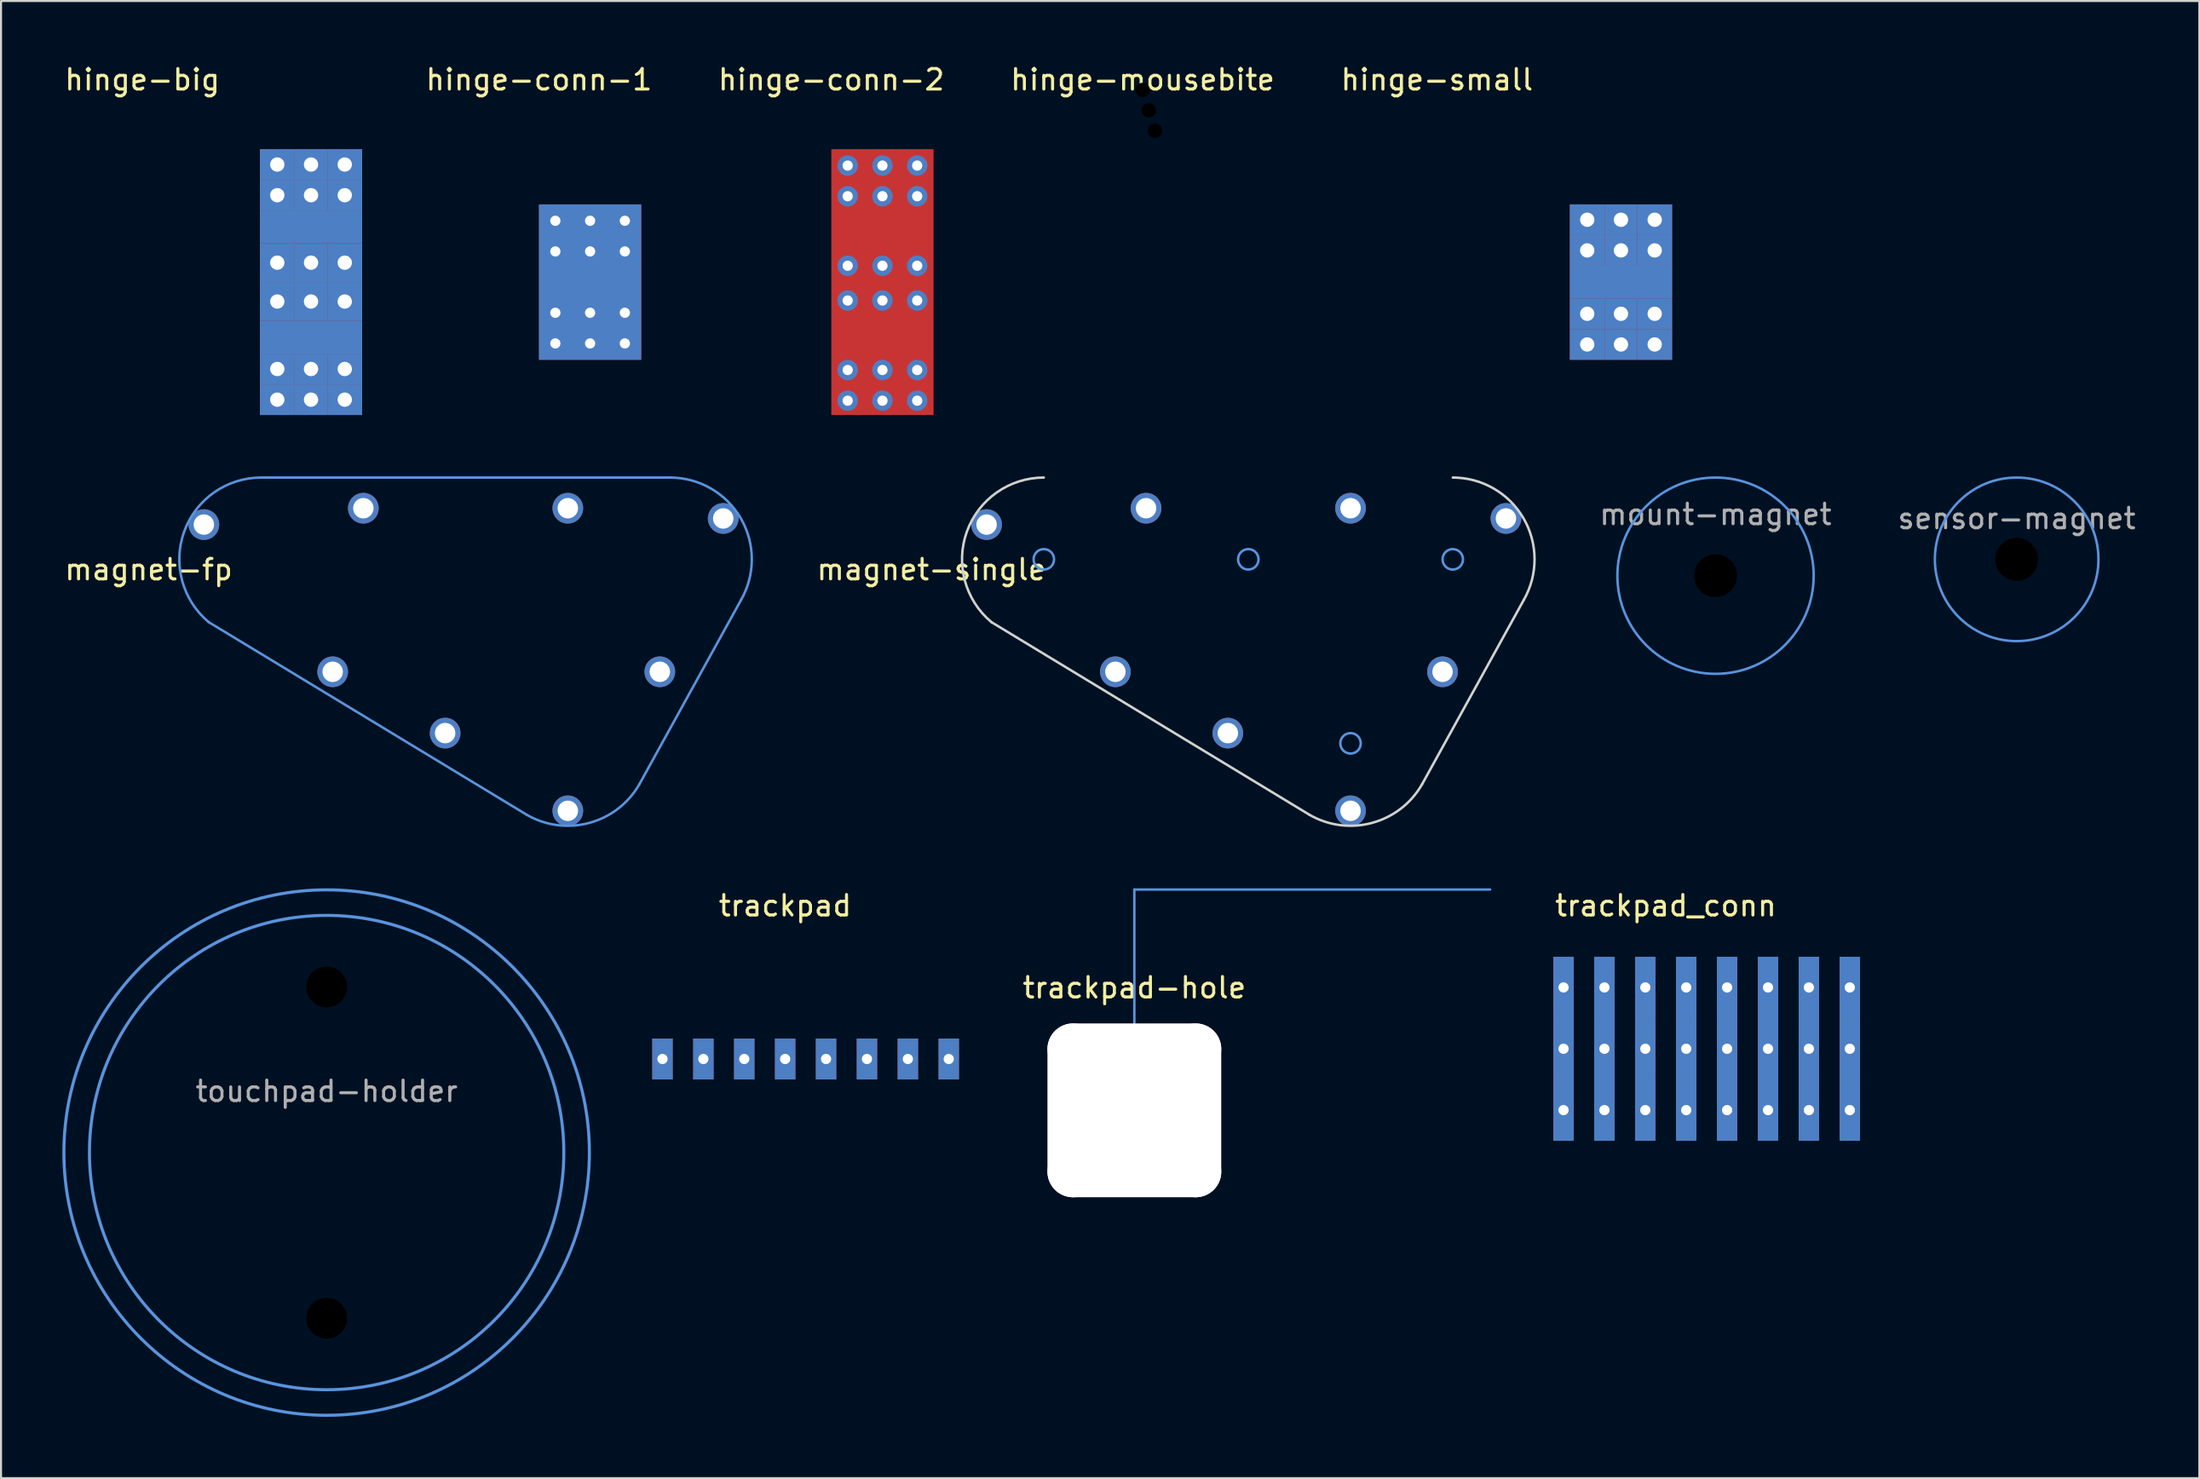
<source format=kicad_pcb>
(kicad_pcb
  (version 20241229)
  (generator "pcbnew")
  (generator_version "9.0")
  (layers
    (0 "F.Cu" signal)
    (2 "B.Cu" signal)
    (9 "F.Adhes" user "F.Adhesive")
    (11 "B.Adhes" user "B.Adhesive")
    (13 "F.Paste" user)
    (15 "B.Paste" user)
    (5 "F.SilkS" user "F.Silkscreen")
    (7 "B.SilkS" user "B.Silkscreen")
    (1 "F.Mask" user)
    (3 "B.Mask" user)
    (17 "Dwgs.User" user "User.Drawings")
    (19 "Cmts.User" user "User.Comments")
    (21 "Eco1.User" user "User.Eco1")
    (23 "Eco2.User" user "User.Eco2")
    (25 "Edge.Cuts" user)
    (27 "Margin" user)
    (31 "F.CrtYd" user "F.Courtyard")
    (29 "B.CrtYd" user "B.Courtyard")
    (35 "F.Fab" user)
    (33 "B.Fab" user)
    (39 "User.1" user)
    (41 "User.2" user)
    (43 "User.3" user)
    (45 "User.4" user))
  (footprint "hinge-conn-2"
    (layer "F.Cu")
    (at 37.607 10.748)
    (property "Reference" "hinge-conn-2" (at 0 -9.9 0) (unlocked yes) (layer "F.SilkS") (effects (font (size 1 1) (thickness 0.15))))
    (pad "" thru_hole circle (at 0.8 -4.2) (size 1 1) (drill 0.5) (layers "*.Cu" "*.Mask"))
    (pad "" thru_hole circle (at 0.8 0.9) (size 1 1) (drill 0.5) (layers "*.Cu" "*.Mask"))
    (pad "" thru_hole circle (at 0.8 5.8) (size 1 1) (drill 0.5) (layers "*.Cu" "*.Mask"))
    (pad "" smd rect (at 2.5 -5) (size 5 3) (layers "F.Mask"))
    (pad "" smd rect (at 2.5 0) (size 5 3.8) (layers "F.Mask"))
    (pad "" smd rect (at 2.5 5) (size 5 3) (layers "F.Mask"))
    (pad "0" thru_hole circle (at 2.5 -4.2) (size 1 1) (drill 0.5) (layers "*.Cu" "*.Mask"))
    (pad "0" thru_hole circle (at 2.5 0.9) (size 1 1) (drill 0.5) (layers "*.Cu" "*.Mask"))
    (pad "0" thru_hole circle (at 2.5 5.8) (size 1 1) (drill 0.5) (layers "*.Cu" "*.Mask"))
    (pad "1" smd rect (at 2.5 0) (size 5 13) (layers "F.Cu"))
    (pad "2" thru_hole circle (at 4.2 -4.2) (size 1 1) (drill 0.5) (layers "*.Cu" "*.Mask"))
    (pad "2" thru_hole circle (at 4.2 0.9) (size 1 1) (drill 0.5) (layers "*.Cu" "*.Mask"))
    (pad "2" thru_hole circle (at 4.2 5.8) (size 1 1) (drill 0.5) (layers "*.Cu" "*.Mask"))
    (pad "3" thru_hole circle (at 0.8 -5.7) (size 1 1) (drill 0.5) (layers "*.Cu" "*.Mask"))
    (pad "3" thru_hole circle (at 0.8 -0.8) (size 1 1) (drill 0.5) (layers "*.Cu" "*.Mask"))
    (pad "3" thru_hole circle (at 0.8 4.3) (size 1 1) (drill 0.5) (layers "*.Cu" "*.Mask"))
    (pad "4" thru_hole circle (at 2.5 -5.7) (size 1 1) (drill 0.5) (layers "*.Cu" "*.Mask"))
    (pad "4" thru_hole circle (at 2.5 -0.8) (size 1 1) (drill 0.5) (layers "*.Cu" "*.Mask"))
    (pad "4" thru_hole circle (at 2.5 4.3) (size 1 1) (drill 0.5) (layers "*.Cu" "*.Mask"))
    (pad "5" thru_hole circle (at 4.2 -5.7) (size 1 1) (drill 0.5) (layers "*.Cu" "*.Mask"))
    (pad "5" thru_hole circle (at 4.2 -0.8) (size 1 1) (drill 0.5) (layers "*.Cu" "*.Mask"))
    (pad "5" thru_hole circle (at 4.2 4.3) (size 1 1) (drill 0.5) (layers "*.Cu" "*.Mask")))
  (footprint "hinge-mousebite"
    (layer "F.Cu")
    (at 52.833 1.348)
    (property "Reference" "hinge-mousebite" (at 0 -0.5 0) (unlocked yes) (layer "F.SilkS") (effects (font (size 1 1) (thickness 0.15))))
    (pad "" np_thru_hole circle (at 0 0) (size 0.7 0.7) (drill 0.7) (layers "*.Mask"))
    (pad "" np_thru_hole circle (at 0.3 1) (size 0.7 0.7) (drill 0.7) (layers "*.Mask"))
    (pad "" np_thru_hole circle (at 0.6 2) (size 0.7 0.7) (drill 0.7) (layers "*.Mask")))
  (footprint "hinge-conn-1"
    (layer "F.Cu")
    (at 23.31 10.748)
    (property "Reference" "hinge-conn-1" (at 0 -9.9 0) (unlocked yes) (layer "F.SilkS") (effects (font (size 1 1) (thickness 0.15))))
    (pad "" thru_hole circle (at 0.8 -3) (size 1 1) (drill 0.5) (layers "*.Cu" "F.Mask"))
    (pad "" thru_hole circle (at 0.8 -1.5) (size 1 1) (drill 0.5) (layers "*.Cu" "F.Mask"))
    (pad "" thru_hole circle (at 0.8 1.5) (size 1 1) (drill 0.5) (layers "*.Cu" "F.Mask"))
    (pad "" thru_hole circle (at 0.8 3) (size 1 1) (drill 0.5) (layers "*.Cu" "F.Mask"))
    (pad "" thru_hole circle (at 2.5 -3) (size 1 1) (drill 0.5) (layers "*.Cu" "F.Mask"))
    (pad "" smd rect (at 2.5 -2.3) (size 5 3) (layers "F.Mask"))
    (pad "" thru_hole circle (at 2.5 -1.5) (size 1 1) (drill 0.5) (layers "*.Cu" "F.Mask"))
    (pad "" thru_hole circle (at 2.5 1.5) (size 1 1) (drill 0.5) (layers "*.Cu" "F.Mask"))
    (pad "" smd rect (at 2.5 2.3) (size 5 3) (layers "F.Mask"))
    (pad "" thru_hole circle (at 2.5 3) (size 1 1) (drill 0.5) (layers "*.Cu" "F.Mask"))
    (pad "" thru_hole circle (at 4.2 -3) (size 1 1) (drill 0.5) (layers "*.Cu" "F.Mask"))
    (pad "" thru_hole circle (at 4.2 -1.5) (size 1 1) (drill 0.5) (layers "*.Cu" "F.Mask"))
    (pad "" thru_hole circle (at 4.2 1.5) (size 1 1) (drill 0.5) (layers "*.Cu" "F.Mask"))
    (pad "" thru_hole circle (at 4.2 3) (size 1 1) (drill 0.5) (layers "*.Cu" "F.Mask"))
    (pad "1" smd rect (at 2.5 0) (size 5 7.6) (layers "F.Cu"))
    (pad "1" smd rect (at 2.5 0) (size 5 7.6) (layers "B.Cu")))
  (footprint "trackpad"
    (layer "F.Cu")
    (at 36.35 49.748)
    (property "Reference" "trackpad" (at -1 -8.5 0) (unlocked yes) (layer "F.SilkS") (effects (font (size 1 1) (thickness 0.15))))
    (pad "1" thru_hole rect (at -7 -1) (size 1 2) (drill 0.5) (layers "*.Cu" "*.Mask"))
    (pad "2" thru_hole rect (at -5 -1) (size 1 2) (drill 0.5) (layers "*.Cu" "*.Mask"))
    (pad "3" thru_hole rect (at -3 -1) (size 1 2) (drill 0.5) (layers "*.Cu" "*.Mask"))
    (pad "4" thru_hole rect (at -1 -1) (size 1 2) (drill 0.5) (layers "*.Cu" "*.Mask"))
    (pad "5" thru_hole rect (at 1 -1) (size 1 2) (drill 0.5) (layers "*.Cu" "*.Mask"))
    (pad "6" thru_hole rect (at 3 -1) (size 1 2) (drill 0.5) (layers "*.Cu" "*.Mask"))
    (pad "7" thru_hole rect (at 5 -1) (size 1 2) (drill 0.5) (layers "*.Cu" "*.Mask"))
    (pad "8" thru_hole rect (at 7 -1) (size 1 2) (drill 0.5) (layers "*.Cu" "*.Mask")))
  (footprint "magnet-single"
    (layer "F.Cu")
    (at 58 24.308)
    (property "Reference" "magnet-single" (at -15.5 0.5 0) (unlocked yes) (layer "F.SilkS") (effects (font (size 1 1) (thickness 0.15))))
    (fp_circle (center -10 0) (end -9.5 0) (stroke (width 0.12) (type solid)) (fill no) (layer "Cmts.User"))
    (fp_circle (center 0 0) (end 0.5 0) (stroke (width 0.12) (type solid)) (fill no) (layer "Cmts.User"))
    (fp_circle (center 5 9) (end 5.5 9) (stroke (width 0.12) (type solid)) (fill no) (layer "Cmts.User"))
    (fp_circle (center 10 0) (end 10.5 0) (stroke (width 0.12) (type solid)) (fill no) (layer "Cmts.User"))
    (fp_line (start -12.561 3.073) (end 3 12.5) (stroke (width 0.12) (type solid)) (layer "Edge.Cuts"))
    (fp_line (start 13.473 1.985) (end 8.5 11) (stroke (width 0.12) (type solid)) (layer "Edge.Cuts"))
    (fp_arc (start -12.560738 3.072885) (mid -13.761086 -1.361701) (end -10 -4) (stroke (width 0.12) (type solid)) (layer "Edge.Cuts"))
    (fp_arc (start 8.499999 11) (mid 6.060659 12.889087) (end 3 12.499999) (stroke (width 0.12) (type solid)) (layer "Edge.Cuts"))
    (fp_arc (start 10 -4) (mid 13.45964 -2.007707) (end 13.472973 1.984556) (stroke (width 0.12) (type solid)) (layer "Edge.Cuts"))
    (pad "1" thru_hole circle (at 12.6 -2) (size 1.5 1.5) (drill 1) (layers "*.Cu" "F.Mask"))
    (pad "2" thru_hole circle (at 9.5 5.5) (size 1.5 1.5) (drill 1) (layers "*.Cu" "F.Mask"))
    (pad "3" thru_hole circle (at 5 12.3) (size 1.5 1.5) (drill 1) (layers "*.Cu" "F.Mask"))
    (pad "4" thru_hole circle (at -1 8.5) (size 1.5 1.5) (drill 1) (layers "*.Cu" "F.Mask"))
    (pad "5" thru_hole circle (at -6.5 5.5) (size 1.5 1.5) (drill 1) (layers "*.Cu" "F.Mask"))
    (pad "6" thru_hole circle (at -12.8 -1.7) (size 1.5 1.5) (drill 1) (layers "*.Cu" "F.Mask"))
    (pad "7" thru_hole circle (at -5 -2.5) (size 1.5 1.5) (drill 1) (layers "*.Cu" "F.Mask"))
    (pad "8" thru_hole circle (at 5 -2.5) (size 1.5 1.5) (drill 1) (layers "*.Cu" "F.Mask")))
  (footprint "hinge-big"
    (layer "F.Cu")
    (at 9.661 10.748)
    (property "Reference" "hinge-big" (at -5.75 -9.9 0) (unlocked yes) (layer "F.SilkS") (effects (font (size 1 1) (thickness 0.15))))
    (pad "1" thru_hole rect (at 0.85 -5.75) (size 1.7 1.5) (drill 0.7) (layers "*.Cu" "F.Mask"))
    (pad "1" thru_hole rect (at 0.85 -4.25) (size 1.7 1.5) (drill 0.7) (layers "*.Cu" "F.Mask"))
    (pad "1" thru_hole rect (at 0.85 -0.95) (size 1.7 1.9) (drill 0.7) (layers "*.Cu" "F.Mask"))
    (pad "1" thru_hole rect (at 0.85 0.95) (size 1.7 1.9) (drill 0.7) (layers "*.Cu" "F.Mask"))
    (pad "1" thru_hole rect (at 0.85 4.25) (size 1.7 1.5) (drill 0.7) (layers "*.Cu" "F.Mask"))
    (pad "1" thru_hole rect (at 0.85 5.75) (size 1.7 1.5) (drill 0.7) (layers "*.Cu" "F.Mask"))
    (pad "1" thru_hole rect (at 2.5 -5.75) (size 1.6 1.5) (drill 0.7) (layers "*.Cu" "F.Mask"))
    (pad "1" thru_hole rect (at 2.5 -4.25) (size 1.6 1.5) (drill 0.7) (layers "*.Cu" "F.Mask"))
    (pad "1" smd rect (at 2.5 -2.7) (size 5 1.6) (layers "F.Cu"))
    (pad "1" smd rect (at 2.5 -2.7) (size 5 1.6) (layers "B.Cu"))
    (pad "1" thru_hole rect (at 2.5 -0.95) (size 1.6 1.9) (drill 0.7) (layers "*.Cu" "F.Mask"))
    (pad "1" thru_hole rect (at 2.5 0.95) (size 1.6 1.9) (drill 0.7) (layers "*.Cu" "F.Mask"))
    (pad "1" smd rect (at 2.5 2.7) (size 5 1.6) (layers "F.Cu"))
    (pad "1" smd rect (at 2.5 2.7) (size 5 1.6) (layers "B.Cu"))
    (pad "1" thru_hole rect (at 2.5 4.25) (size 1.6 1.5) (drill 0.7) (layers "*.Cu" "F.Mask"))
    (pad "1" thru_hole rect (at 2.5 5.75) (size 1.6 1.5) (drill 0.7) (layers "*.Cu" "F.Mask"))
    (pad "1" thru_hole rect (at 4.15 -5.75) (size 1.7 1.5) (drill 0.7) (layers "*.Cu" "F.Mask"))
    (pad "1" thru_hole rect (at 4.15 -4.25) (size 1.7 1.5) (drill 0.7) (layers "*.Cu" "F.Mask"))
    (pad "1" thru_hole rect (at 4.15 -0.95) (size 1.7 1.9) (drill 0.7) (layers "*.Cu" "F.Mask"))
    (pad "1" thru_hole rect (at 4.15 0.95) (size 1.7 1.9) (drill 0.7) (layers "*.Cu" "F.Mask"))
    (pad "1" thru_hole rect (at 4.15 4.25) (size 1.7 1.5) (drill 0.7) (layers "*.Cu" "F.Mask"))
    (pad "1" thru_hole rect (at 4.15 5.75) (size 1.7 1.5) (drill 0.7) (layers "*.Cu" "F.Mask")))
  (footprint "trackpad_conn"
    (layer "F.Cu")
    (at 80.417 48.248)
    (property "Reference" "trackpad_conn" (at -2 -7 0) (unlocked yes) (layer "F.SilkS") (effects (font (size 1 1) (thickness 0.15))))
    (pad "1" thru_hole rect (at -7 -3) (size 1 3) (drill 0.5) (layers "*.Cu" "F.Mask"))
    (pad "1" thru_hole rect (at -7 0) (size 1 3) (drill 0.5) (layers "*.Cu" "F.Mask"))
    (pad "1" thru_hole rect (at -7 3) (size 1 3) (drill 0.5) (layers "*.Cu" "F.Mask"))
    (pad "2" thru_hole rect (at -5 -3) (size 1 3) (drill 0.5) (layers "*.Cu" "F.Mask"))
    (pad "2" thru_hole rect (at -5 0) (size 1 3) (drill 0.5) (layers "*.Cu" "F.Mask"))
    (pad "2" thru_hole rect (at -5 3) (size 1 3) (drill 0.5) (layers "*.Cu" "F.Mask"))
    (pad "3" thru_hole rect (at -3 -3) (size 1 3) (drill 0.5) (layers "*.Cu" "F.Mask"))
    (pad "3" thru_hole rect (at -3 0) (size 1 3) (drill 0.5) (layers "*.Cu" "F.Mask"))
    (pad "3" thru_hole rect (at -3 3) (size 1 3) (drill 0.5) (layers "*.Cu" "F.Mask"))
    (pad "4" thru_hole rect (at -1 -3) (size 1 3) (drill 0.5) (layers "*.Cu" "F.Mask"))
    (pad "4" thru_hole rect (at -1 0) (size 1 3) (drill 0.5) (layers "*.Cu" "F.Mask"))
    (pad "4" thru_hole rect (at -1 3) (size 1 3) (drill 0.5) (layers "*.Cu" "F.Mask"))
    (pad "5" thru_hole rect (at 1 -3) (size 1 3) (drill 0.5) (layers "*.Cu" "F.Mask"))
    (pad "5" thru_hole rect (at 1 0) (size 1 3) (drill 0.5) (layers "*.Cu" "F.Mask"))
    (pad "5" thru_hole rect (at 1 3) (size 1 3) (drill 0.5) (layers "*.Cu" "F.Mask"))
    (pad "6" thru_hole rect (at 3 -3) (size 1 3) (drill 0.5) (layers "*.Cu" "F.Mask"))
    (pad "6" thru_hole rect (at 3 0) (size 1 3) (drill 0.5) (layers "*.Cu" "F.Mask"))
    (pad "6" thru_hole rect (at 3 3) (size 1 3) (drill 0.5) (layers "*.Cu" "F.Mask"))
    (pad "7" thru_hole rect (at 5 -3) (size 1 3) (drill 0.5) (layers "*.Cu" "F.Mask"))
    (pad "7" thru_hole rect (at 5 0) (size 1 3) (drill 0.5) (layers "*.Cu" "F.Mask"))
    (pad "7" thru_hole rect (at 5 3) (size 1 3) (drill 0.5) (layers "*.Cu" "F.Mask"))
    (pad "8" thru_hole rect (at 7 -3) (size 1 3) (drill 0.5) (layers "*.Cu" "F.Mask"))
    (pad "8" thru_hole rect (at 7 0) (size 1 3) (drill 0.5) (layers "*.Cu" "F.Mask"))
    (pad "8" thru_hole rect (at 7 3) (size 1 3) (drill 0.5) (layers "*.Cu" "F.Mask")))
  (footprint "mount-magnet"
    (layer "F.Cu")
    (at 80.851 25.108)
    (property "Reference" "mount-magnet" (at 0 -3 0) (unlocked yes) (layer "F.Fab") (effects (font (size 1 1) (thickness 0.15))))
    (fp_circle (center 0 0) (end 4.8 0) (stroke (width 0.12) (type solid)) (fill no) (layer "Cmts.User"))
    (pad "" np_thru_hole circle (at 0 0) (size 2.1 2.1) (drill 2.1) (layers "*.Mask")))
  (footprint "trackpad-hole"
    (layer "F.Cu")
    (at 52.427 51.259)
    (property "Reference" "trackpad-hole" (at 0 -6 0) (unlocked yes) (layer "F.SilkS") (effects (font (size 1 1) (thickness 0.15))))
    (fp_line (start 0 -10.8) (end 17.4 -10.8) (stroke (width 0.12) (type solid)) (layer "Cmts.User"))
    (fp_line (start 0 0) (end 0 -10.8) (stroke (width 0.12) (type solid)) (layer "Cmts.User"))
    (pad "" np_thru_hole oval (at -3 0 90) (size 8.5 2.5) (drill oval 8.5 2.5) (layers "*.Cu" "*.Mask"))
    (pad "" np_thru_hole oval (at 0 -3 180) (size 8.5 2.5) (drill oval 8.5 2.5) (layers "*.Cu" "*.Mask"))
    (pad "" np_thru_hole circle (at 0 0) (size 5 5) (drill 5) (layers "*.Cu" "*.Mask"))
    (pad "" np_thru_hole oval (at 0 3 180) (size 8.5 2.5) (drill oval 8.5 2.5) (layers "*.Cu" "*.Mask"))
    (pad "" np_thru_hole oval (at 3 0 90) (size 8.5 2.5) (drill oval 8.5 2.5) (layers "*.Cu" "*.Mask")))
  (footprint "touchpad-holder"
    (layer "F.Cu")
    (at 12.925 53.324)
    (property "Reference" "touchpad-holder" (at 0 -3 0) (layer "F.Fab") (effects (font (size 1 1) (thickness 0.15))))
    (attr through_hole)
    (fp_circle (center 0 0) (end 11.6 0) (stroke (width 0.15) (type solid)) (fill no) (layer "Cmts.User"))
    (fp_circle (center 0 0) (end 12.85 0) (stroke (width 0.15) (type solid)) (fill no) (layer "Cmts.User"))
    (pad "" np_thru_hole circle (at 0 -8.1) (size 2 2) (drill 2) (layers "*.Mask"))
    (pad "" np_thru_hole circle (at 0 8.1) (size 2 2) (drill 2) (layers "*.Mask")))
  (footprint "hinge-small"
    (layer "F.Cu")
    (at 73.726 10.748)
    (property "Reference" "hinge-small" (at -6.5 -9.9 0) (unlocked yes) (layer "F.SilkS") (effects (font (size 1 1) (thickness 0.15))))
    (pad "1" thru_hole rect (at 0.85 -3.05) (size 1.7 1.5) (drill 0.7) (layers "*.Cu" "F.Mask"))
    (pad "1" thru_hole rect (at 0.85 -1.55) (size 1.7 1.5) (drill 0.7) (layers "*.Cu" "F.Mask"))
    (pad "1" thru_hole rect (at 0.85 1.55) (size 1.7 1.5) (drill 0.7) (layers "*.Cu" "F.Mask"))
    (pad "1" thru_hole rect (at 0.85 3.05) (size 1.7 1.5) (drill 0.7) (layers "*.Cu" "F.Mask"))
    (pad "1" thru_hole rect (at 2.5 -3.05) (size 1.6 1.5) (drill 0.7) (layers "*.Cu" "F.Mask"))
    (pad "1" thru_hole rect (at 2.5 -1.55) (size 1.6 1.5) (drill 0.7) (layers "*.Cu" "F.Mask"))
    (pad "1" smd rect (at 2.5 0) (size 5 1.6) (layers "F.Cu"))
    (pad "1" smd rect (at 2.5 0) (size 5 1.6) (layers "B.Cu"))
    (pad "1" thru_hole rect (at 2.5 1.55) (size 1.6 1.5) (drill 0.7) (layers "*.Cu" "F.Mask"))
    (pad "1" thru_hole rect (at 2.5 3.05) (size 1.6 1.5) (drill 0.7) (layers "*.Cu" "F.Mask"))
    (pad "1" thru_hole rect (at 4.15 -3.05) (size 1.7 1.5) (drill 0.7) (layers "*.Cu" "F.Mask"))
    (pad "1" thru_hole rect (at 4.15 -1.55) (size 1.7 1.5) (drill 0.7) (layers "*.Cu" "F.Mask"))
    (pad "1" thru_hole rect (at 4.15 1.55) (size 1.7 1.5) (drill 0.7) (layers "*.Cu" "F.Mask"))
    (pad "1" thru_hole rect (at 4.15 3.05) (size 1.7 1.5) (drill 0.7) (layers "*.Cu" "F.Mask")))
  (footprint "magnet-fp"
    (layer "F.Cu")
    (at 19.72 24.308)
    (property "Reference" "magnet-fp" (at -15.5 0.5 0) (unlocked yes) (layer "F.SilkS") (effects (font (size 1 1) (thickness 0.15))))
    (fp_line (start -12.561 3.073) (end 3 12.5) (stroke (width 0.12) (type solid)) (layer "Cmts.User"))
    (fp_line (start 10 -4) (end -10 -4) (stroke (width 0.12) (type solid)) (layer "Cmts.User"))
    (fp_line (start 13.473 1.985) (end 8.5 11) (stroke (width 0.12) (type solid)) (layer "Cmts.User"))
    (fp_arc (start -12.560738 3.072885) (mid -13.761086 -1.361701) (end -10 -4) (stroke (width 0.12) (type solid)) (layer "Cmts.User"))
    (fp_arc (start 8.499999 11) (mid 6.06066 12.889086) (end 3.000002 12.499999) (stroke (width 0.12) (type solid)) (layer "Cmts.User"))
    (fp_arc (start 10 -4) (mid 13.45886 -2.007255) (end 13.472972 1.984555) (stroke (width 0.12) (type solid)) (layer "Cmts.User"))
    (pad "1" thru_hole circle (at 12.6 -2) (size 1.5 1.5) (drill 1) (layers "*.Cu" "B.Mask"))
    (pad "2" thru_hole circle (at 9.5 5.5) (size 1.5 1.5) (drill 1) (layers "*.Cu" "B.Mask"))
    (pad "3" thru_hole circle (at 5 12.3) (size 1.5 1.5) (drill 1) (layers "*.Cu" "B.Mask"))
    (pad "4" thru_hole circle (at -1 8.5) (size 1.5 1.5) (drill 1) (layers "*.Cu" "B.Mask"))
    (pad "5" thru_hole circle (at -6.5 5.5) (size 1.5 1.5) (drill 1) (layers "*.Cu" "B.Mask"))
    (pad "6" thru_hole circle (at -12.8 -1.7) (size 1.5 1.5) (drill 1) (layers "*.Cu" "B.Mask"))
    (pad "7" thru_hole circle (at -5 -2.5) (size 1.5 1.5) (drill 1) (layers "*.Cu" "B.Mask"))
    (pad "8" thru_hole circle (at 5 -2.5) (size 1.5 1.5) (drill 1) (layers "*.Cu" "B.Mask")))
  (footprint "sensor-magnet"
    (layer "F.Cu")
    (at 95.578 24.308)
    (property "Reference" "sensor-magnet" (at 0 -2 0) (unlocked yes) (layer "F.Fab") (effects (font (size 1 1) (thickness 0.15))))
    (fp_circle (center 0 0) (end 4 0) (stroke (width 0.12) (type solid)) (fill no) (layer "Cmts.User"))
    (pad "" np_thru_hole circle (at 0 0) (size 2.1 2.1) (drill 2.1) (layers "*.Mask")))
  (gr_rect
    (start -3 -3)
    (end 104.512 69.249)
    (stroke (width 0.1) (type default))
    (fill no)
    (layer "Edge.Cuts")))
</source>
